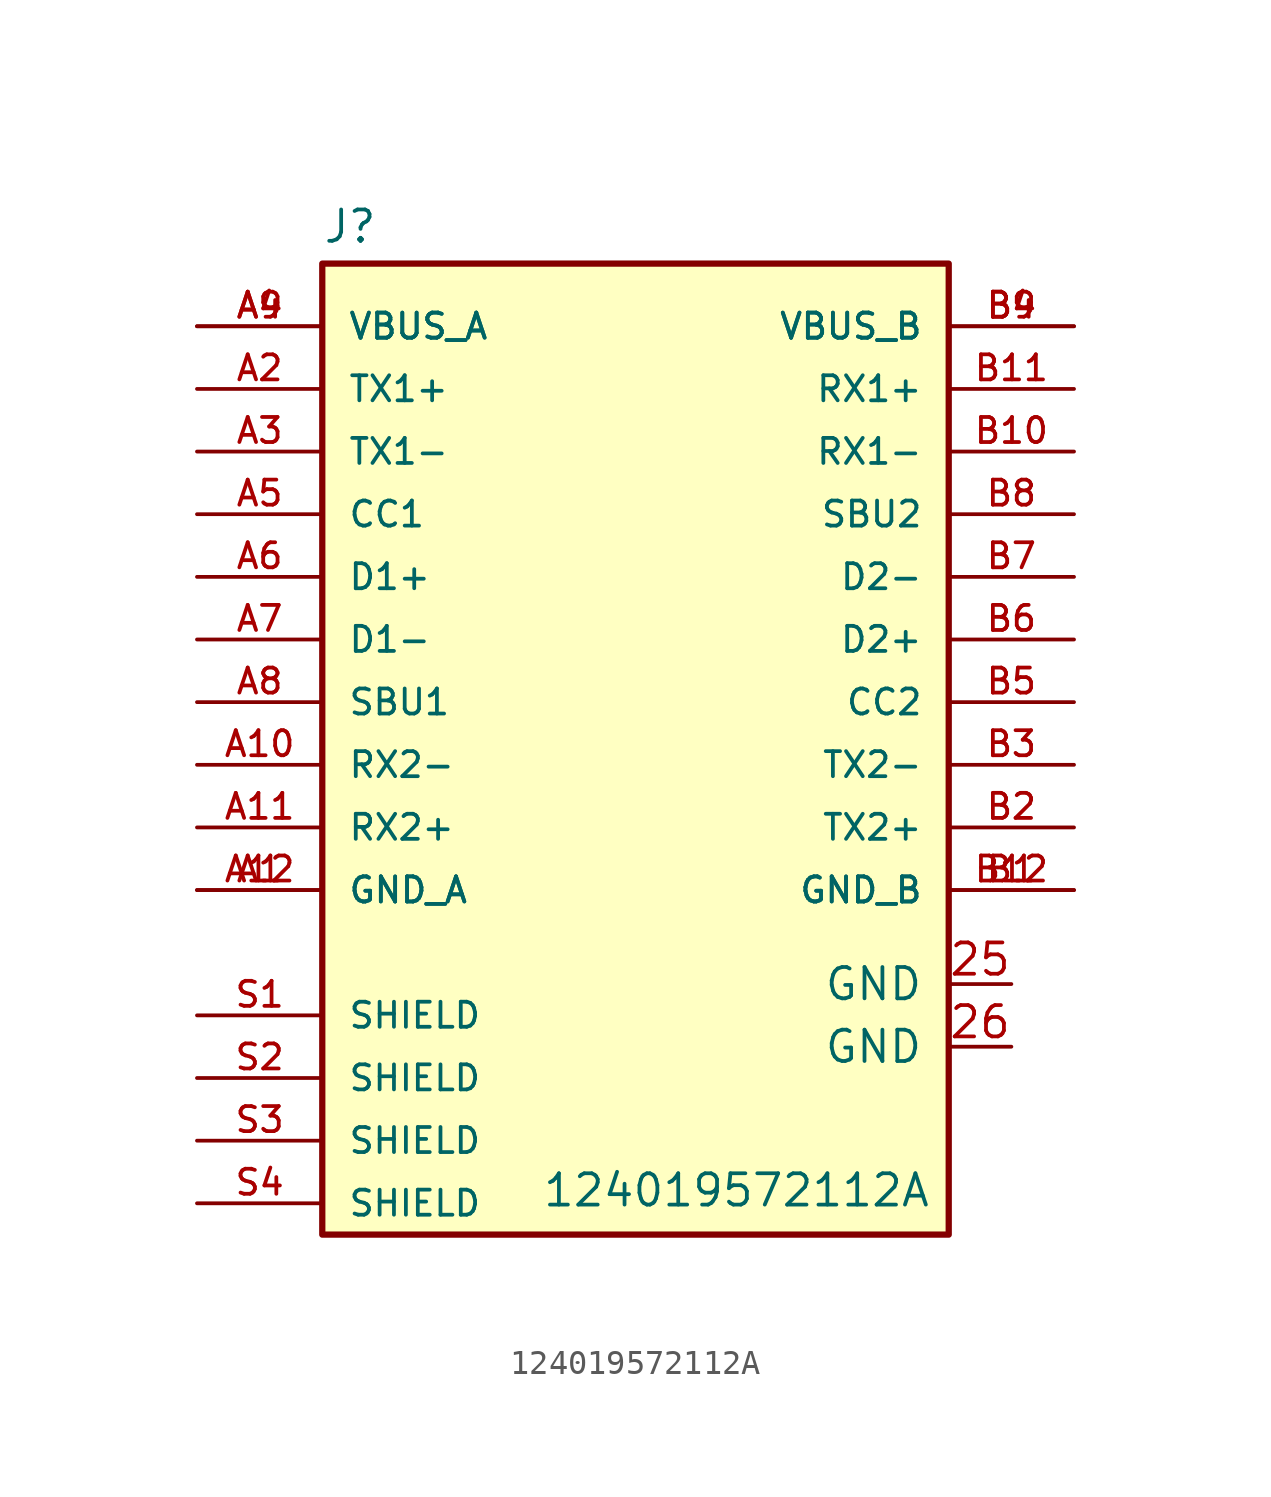
<source format=kicad_sym>
(kicad_symbol_lib
  (version 20220914)
  (generator kicad_symbol_editor)
  (symbol "124019572112A"
    (pin_names
      (offset 1.016))
    (property "Reference" "J"
      (at -12.7 16.002 0)
      (effects (font (size 1.27 1.27)) (justify left bottom)))
    (property "Value" "124019572112A"
      (at -3.81 -21.59 0)
      (effects (font (size 1.27 1.27)) (justify left top)))
    (symbol "124019572112A_0_0"
      (rectangle (start -12.7 15.24) (end 12.7 -24.13) (stroke (width 0.254) (type default)) (fill (type background)))
      (pin power_in line (at -17.78 -10.16 0) (length 5.08) (name "GND_A" (effects (font (size 1.016 1.016)))) (number "A1" (effects (font (size 1.016 1.016)))))
      (pin bidirectional line (at -17.78 -5.08 0) (length 5.08) (name "RX2-" (effects (font (size 1.016 1.016)))) (number "A10" (effects (font (size 1.016 1.016)))))
      (pin bidirectional line (at -17.78 -7.62 0) (length 5.08) (name "RX2+" (effects (font (size 1.016 1.016)))) (number "A11" (effects (font (size 1.016 1.016)))))
      (pin power_in line (at -17.78 -10.16 0) (length 5.08) (name "GND_A" (effects (font (size 1.016 1.016)))) (number "A12" (effects (font (size 1.016 1.016)))))
      (pin bidirectional line (at -17.78 10.16 0) (length 5.08) (name "TX1+" (effects (font (size 1.016 1.016)))) (number "A2" (effects (font (size 1.016 1.016)))))
      (pin bidirectional line (at -17.78 7.62 0) (length 5.08) (name "TX1-" (effects (font (size 1.016 1.016)))) (number "A3" (effects (font (size 1.016 1.016)))))
      (pin power_in line (at -17.78 12.7 0) (length 5.08) (name "VBUS_A" (effects (font (size 1.016 1.016)))) (number "A4" (effects (font (size 1.016 1.016)))))
      (pin bidirectional line (at -17.78 5.08 0) (length 5.08) (name "CC1" (effects (font (size 1.016 1.016)))) (number "A5" (effects (font (size 1.016 1.016)))))
      (pin bidirectional line (at -17.78 2.54 0) (length 5.08) (name "D1+" (effects (font (size 1.016 1.016)))) (number "A6" (effects (font (size 1.016 1.016)))))
      (pin bidirectional line (at -17.78 0 0) (length 5.08) (name "D1-" (effects (font (size 1.016 1.016)))) (number "A7" (effects (font (size 1.016 1.016)))))
      (pin bidirectional line (at -17.78 -2.54 0) (length 5.08) (name "SBU1" (effects (font (size 1.016 1.016)))) (number "A8" (effects (font (size 1.016 1.016)))))
      (pin power_in line (at -17.78 12.7 0) (length 5.08) (name "VBUS_A" (effects (font (size 1.016 1.016)))) (number "A9" (effects (font (size 1.016 1.016)))))
      (pin power_in line (at 17.78 -10.16 180) (length 5.08) (name "GND_B" (effects (font (size 1.016 1.016)))) (number "B1" (effects (font (size 1.016 1.016)))))
      (pin bidirectional line (at 17.78 7.62 180) (length 5.08) (name "RX1-" (effects (font (size 1.016 1.016)))) (number "B10" (effects (font (size 1.016 1.016)))))
      (pin bidirectional line (at 17.78 10.16 180) (length 5.08) (name "RX1+" (effects (font (size 1.016 1.016)))) (number "B11" (effects (font (size 1.016 1.016)))))
      (pin power_in line (at 17.78 -10.16 180) (length 5.08) (name "GND_B" (effects (font (size 1.016 1.016)))) (number "B12" (effects (font (size 1.016 1.016)))))
      (pin bidirectional line (at 17.78 -7.62 180) (length 5.08) (name "TX2+" (effects (font (size 1.016 1.016)))) (number "B2" (effects (font (size 1.016 1.016)))))
      (pin bidirectional line (at 17.78 -5.08 180) (length 5.08) (name "TX2-" (effects (font (size 1.016 1.016)))) (number "B3" (effects (font (size 1.016 1.016)))))
      (pin power_in line (at 17.78 12.7 180) (length 5.08) (name "VBUS_B" (effects (font (size 1.016 1.016)))) (number "B4" (effects (font (size 1.016 1.016)))))
      (pin bidirectional line (at 17.78 -2.54 180) (length 5.08) (name "CC2" (effects (font (size 1.016 1.016)))) (number "B5" (effects (font (size 1.016 1.016)))))
      (pin bidirectional line (at 17.78 0 180) (length 5.08) (name "D2+" (effects (font (size 1.016 1.016)))) (number "B6" (effects (font (size 1.016 1.016)))))
      (pin bidirectional line (at 17.78 2.54 180) (length 5.08) (name "D2-" (effects (font (size 1.016 1.016)))) (number "B7" (effects (font (size 1.016 1.016)))))
      (pin bidirectional line (at 17.78 5.08 180) (length 5.08) (name "SBU2" (effects (font (size 1.016 1.016)))) (number "B8" (effects (font (size 1.016 1.016)))))
      (pin power_in line (at 17.78 12.7 180) (length 5.08) (name "VBUS_B" (effects (font (size 1.016 1.016)))) (number "B9" (effects (font (size 1.016 1.016)))))
      (pin passive line (at -17.78 -15.24 0) (length 5.08) (name "SHIELD" (effects (font (size 1.016 1.016)))) (number "S1" (effects (font (size 1.016 1.016)))))
      (pin passive line (at -17.78 -17.78 0) (length 5.08) (name "SHIELD" (effects (font (size 1.016 1.016)))) (number "S2" (effects (font (size 1.016 1.016)))))
      (pin passive line (at -17.78 -20.32 0) (length 5.08) (name "SHIELD" (effects (font (size 1.016 1.016)))) (number "S3" (effects (font (size 1.016 1.016)))))
      (pin passive line (at -17.78 -22.86 0) (length 5.08) (name "SHIELD" (effects (font (size 1.016 1.016)))) (number "S4" (effects (font (size 1.016 1.016))))))
    (symbol "124019572112A_1_1"
      (pin input line (at 15.24 -13.97 180) (length 2.54) (name "GND" (effects (font (size 1.27 1.27)))) (number "25" (effects (font (size 1.27 1.27)))))
      (pin input line (at 15.24 -16.51 180) (length 2.54) (name "GND" (effects (font (size 1.27 1.27)))) (number "26" (effects (font (size 1.27 1.27))))))))
</source>
